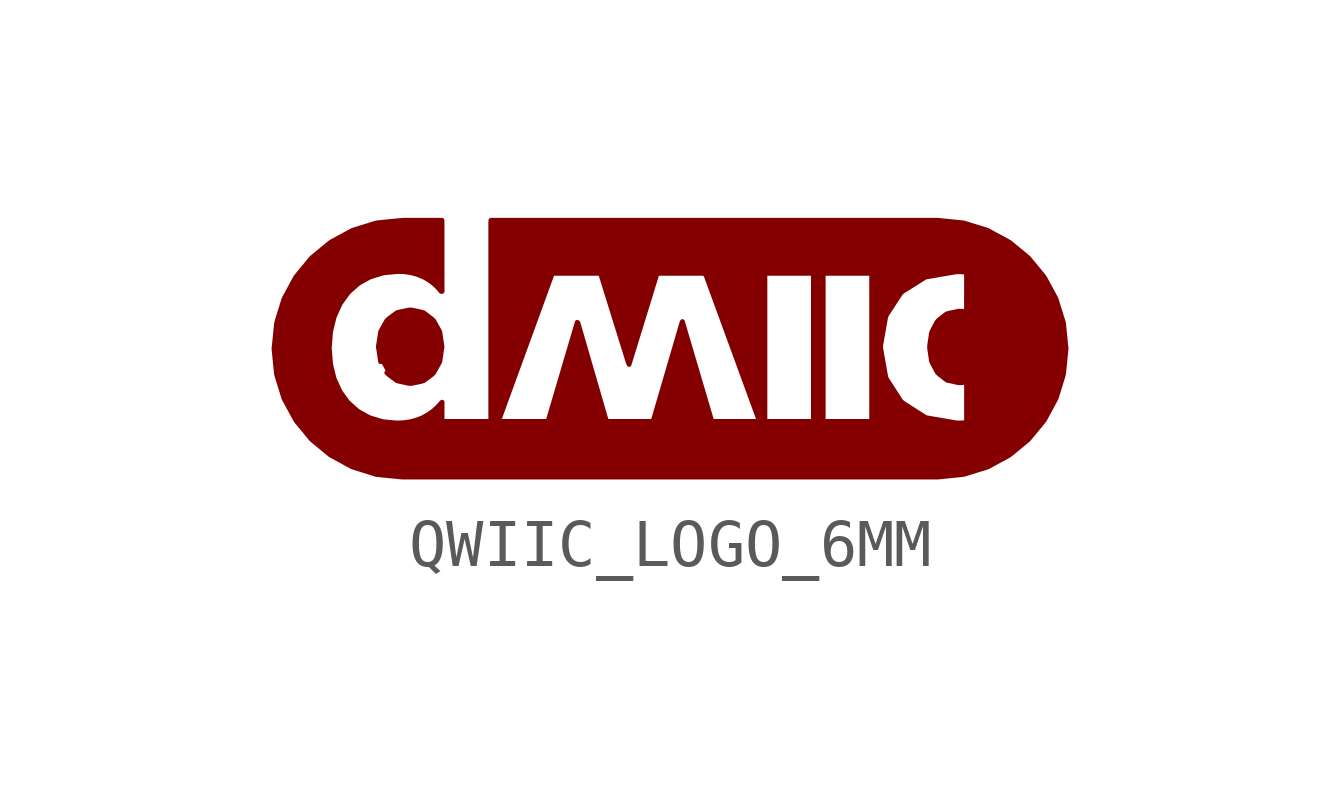
<source format=kicad_sym>
(kicad_symbol_lib
  (version 20241209)
  (generator "kicad_symbol_editor")
  (generator_version "9.0")
  (symbol "QWIIC_LOGO_6MM"
    (property "Reference" "LOGO"
      (at 0 0 0)
      (effects (font (size 1.27 1.27)) (hide yes)))
    (property "ki_locked" ""
      (at 0 0 0)
      (effects (font (size 1.27 1.27))))
    (symbol "QWIIC_LOGO_6MM_1_0"
      (polyline (pts (xy -5.981 -0.253) (xy -6.029 0.06) (xy -5.981 0.373) (xy -5.853 0.603) (xy -5.815 0.639) (xy -5.646 0.765) (xy -5.597 0.781) (xy -5.39 0.824) (xy -5.339 0.825) (xy -5.132 0.781) (xy -5.083 0.766) (xy -4.915 0.638) (xy -4.877 0.603) (xy -4.749 0.372) (xy -4.702 0.059) (xy -4.749 -0.253) (xy -4.877 -0.484) (xy -4.914 -0.52) (xy -5.083 -0.646) (xy -5.132 -0.662) (xy -5.339 -0.705) (xy -5.391 -0.704) (xy -5.597 -0.661) (xy -5.646 -0.645) (xy -5.815 -0.518) (xy -5.853 -0.483)) (stroke (width 0.1) (type solid)) (fill (type outline)))
      (polyline (pts (xy 5.622 -2.656) (xy -5.487 -2.656) (xy -5.54 -2.655) (xy -6.067 -2.602) (xy -6.572 -2.444) (xy -6.99 -2.217) (xy -7.035 -2.19) (xy -7.402 -1.887) (xy -7.439 -1.849) (xy -7.742 -1.482) (xy -7.768 -1.436) (xy -7.995 -1.017) (xy -8.136 -0.562) (xy -8.15 -0.511) (xy -8.203 0.015) (xy -8.15 0.541) (xy -8.138 0.592) (xy -7.997 1.047) (xy -7.974 1.095) (xy -7.747 1.513) (xy -7.444 1.881) (xy -7.408 1.919) (xy -7.041 2.222) (xy -6.997 2.251) (xy -6.579 2.478) (xy -6.529 2.496) (xy -6.074 2.637) (xy -6.022 2.644) (xy -5.548 2.691) (xy -5.495 2.693) (xy -4.702 2.693) (xy -4.701 1.212) (xy -4.72 1.211) (xy -4.788 1.292) (xy -4.865 1.365) (xy -4.906 1.398) (xy -4.992 1.459) (xy -5.084 1.511) (xy -5.182 1.552) (xy -5.231 1.57) (xy -5.333 1.598) (xy -5.438 1.615) (xy -5.49 1.621) (xy -5.596 1.627) (xy -5.649 1.624) (xy -5.912 1.599) (xy -5.963 1.586) (xy -6.165 1.524) (xy -6.215 1.506) (xy -6.446 1.377) (xy -6.643 1.201) (xy -6.677 1.161) (xy -6.801 0.989) (xy -6.829 0.945) (xy -6.939 0.704) (xy -6.955 0.654) (xy -7.018 0.397) (xy -7.026 0.345) (xy -7.046 0.081) (xy -7.05 0.028) (xy -7.025 -0.288) (xy -7.015 -0.34) (xy -6.952 -0.597) (xy -6.932 -0.645) (xy -6.844 -0.838) (xy -6.82 -0.885) (xy -6.664 -1.099) (xy -6.467 -1.275) (xy -6.422 -1.303) (xy -6.237 -1.406) (xy -6.189 -1.426) (xy -5.936 -1.502) (xy -5.672 -1.527) (xy -5.62 -1.529) (xy -5.514 -1.524) (xy -5.461 -1.518) (xy -5.357 -1.502) (xy -5.255 -1.474) (xy -5.205 -1.458) (xy -5.106 -1.418) (xy -5.013 -1.367) (xy -4.969 -1.34) (xy -4.883 -1.278) (xy -4.805 -1.206) (xy -4.701 -1.095) (xy -4.701 -1.466) (xy -4.679 -1.496) (xy -3.727 -1.496) (xy -3.699 -1.487) (xy -3.505 -1.496) (xy -2.512 -1.496) (xy -2.485 -1.461) (xy -1.886 0.568) (xy -1.872 0.561) (xy -1.283 -1.471) (xy -1.248 -1.496) (xy -0.349 -1.496) (xy -0.304 -1.486) (xy 0.29 0.545) (xy 0.305 0.584) (xy 0.919 -1.496) (xy 1.871 -1.496) (xy 1.894 -1.488) (xy 2.037 -1.489) (xy 2.068 -1.496) (xy 3.02 -1.496) (xy 3.033 -1.456) (xy 3.033 1.547) (xy 3.238 1.554) (xy 3.238 -1.449) (xy 3.244 -1.496) (xy 4.196 -1.496) (xy 4.247 -1.494) (xy 4.247 1.562) (xy 4.835 1.149) (xy 4.553 0.716) (xy 4.537 0.666) (xy 4.436 0.094) (xy 4.433 0.042) (xy 4.543 -0.584) (xy 4.568 -0.629) (xy 4.855 -1.074) (xy 4.893 -1.109) (xy 5.338 -1.395) (xy 5.385 -1.419) (xy 6.01 -1.527) (xy 6.063 -1.529) (xy 6.116 -1.528) (xy 6.221 -1.52) (xy 6.223 -1.469) (xy 6.223 -0.676) (xy 6.184 -0.683) (xy 6.131 -0.689) (xy 6.079 -0.692) (xy 6.027 -0.684) (xy 5.82 -0.639) (xy 5.777 -0.608) (xy 5.652 -0.51) (xy 5.615 -0.474) (xy 5.515 -0.288) (xy 5.493 -0.24) (xy 5.455 0.021) (xy 5.453 0.074) (xy 5.491 0.336) (xy 5.508 0.385) (xy 5.607 0.572) (xy 5.64 0.612) (xy 5.807 0.742) (xy 5.857 0.757) (xy 6.064 0.801) (xy 6.117 0.799) (xy 6.17 0.794) (xy 6.222 0.786) (xy 6.223 1.578) (xy 6.203 1.613) (xy 6.098 1.62) (xy 6.045 1.621) (xy 5.992 1.618) (xy 5.367 1.51) (xy 4.875 1.2) (xy 4.85 1.169) (xy 4.236 1.58) (xy 4.223 1.588) (xy 3.27 1.588) (xy 3.249 1.574) (xy 3.029 1.571) (xy 3.023 1.588) (xy 2.071 1.588) (xy 2.024 1.582) (xy 2.024 -1.474) (xy 1.901 -1.472) (xy 0.797 1.547) (xy 0.756 1.588) (xy -0.197 1.588) (xy -0.23 1.561) (xy -0.806 -0.31) (xy -0.822 -0.272) (xy -1.388 1.546) (xy -1.411 1.588) (xy -2.363 1.588) (xy -2.408 1.577) (xy -3.513 -1.456) (xy -3.516 -1.484) (xy -3.687 -1.47) (xy -3.687 2.643) (xy -3.684 2.693) (xy 5.574 2.693) (xy 5.627 2.693) (xy 6.153 2.64) (xy 6.204 2.626) (xy 6.659 2.485) (xy 7.078 2.258) (xy 7.123 2.232) (xy 7.491 1.929) (xy 7.528 1.892) (xy 7.831 1.525) (xy 7.859 1.48) (xy 8.086 1.061) (xy 8.243 0.556) (xy 8.296 0.03) (xy 8.293 -0.023) (xy 8.245 -0.497) (xy 8.234 -0.548) (xy 8.093 -1.003) (xy 8.071 -1.051) (xy 7.844 -1.469) (xy 7.812 -1.511) (xy 7.542 -1.837) (xy 7.508 -1.877) (xy 7.14 -2.18) (xy 7.097 -2.21) (xy 6.678 -2.437) (xy 6.629 -2.456) (xy 6.175 -2.597) (xy 6.122 -2.605) (xy 5.649 -2.653)) (stroke (width 0.1) (type solid)) (fill (type outline))))))
</source>
